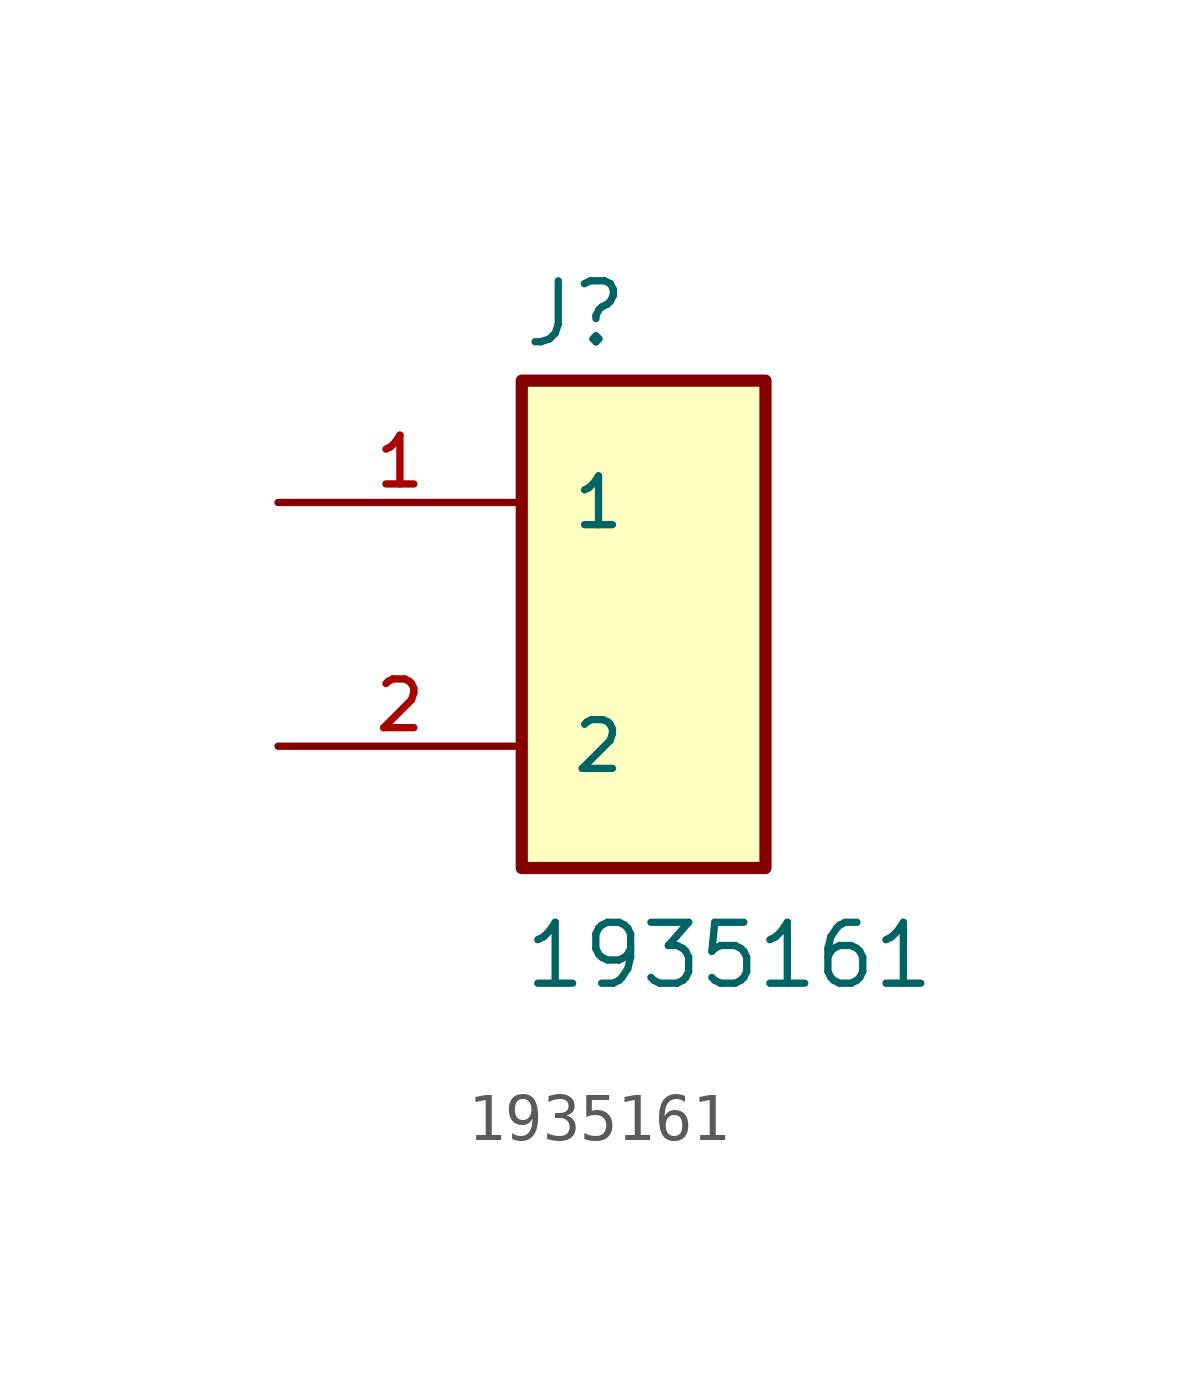
<source format=kicad_sym>
(kicad_symbol_lib
  (version 20211014)
  (generator kicad_symbol_editor)
  (symbol "1935161"
    (pin_names
      (offset 1.016))
    (property "Reference" "J"
      (at -2.545 5.727 0)
      (effects (font (size 1.27 1.27)) (justify bottom left)))
    (property "Value" "1935161"
      (at -2.548 -7.644 0)
      (effects (font (size 1.27 1.27)) (justify bottom left)))
    (symbol "1935161_0_0"
      (rectangle (start -2.54 -5.08) (end 2.54 5.08) (stroke (width 0.254)) (fill (type background)))
      (pin passive line (at -7.62 2.54 0) (length 5.08) (name "1" (effects (font (size 1.016 1.016)))) (number "1" (effects (font (size 1.016 1.016)))))
      (pin passive line (at -7.62 -2.54 0) (length 5.08) (name "2" (effects (font (size 1.016 1.016)))) (number "2" (effects (font (size 1.016 1.016))))))))
</source>
